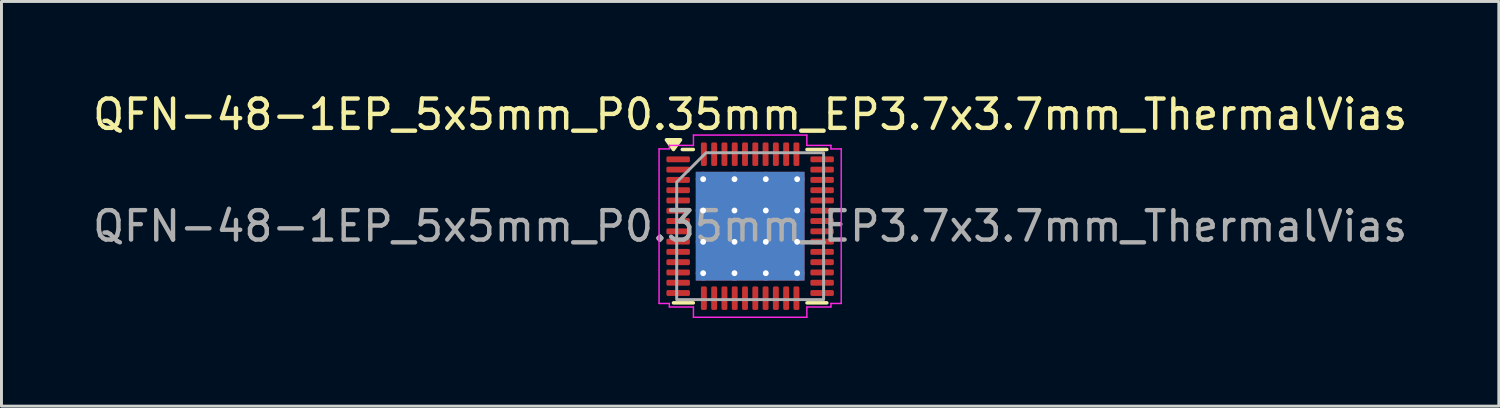
<source format=kicad_pcb>
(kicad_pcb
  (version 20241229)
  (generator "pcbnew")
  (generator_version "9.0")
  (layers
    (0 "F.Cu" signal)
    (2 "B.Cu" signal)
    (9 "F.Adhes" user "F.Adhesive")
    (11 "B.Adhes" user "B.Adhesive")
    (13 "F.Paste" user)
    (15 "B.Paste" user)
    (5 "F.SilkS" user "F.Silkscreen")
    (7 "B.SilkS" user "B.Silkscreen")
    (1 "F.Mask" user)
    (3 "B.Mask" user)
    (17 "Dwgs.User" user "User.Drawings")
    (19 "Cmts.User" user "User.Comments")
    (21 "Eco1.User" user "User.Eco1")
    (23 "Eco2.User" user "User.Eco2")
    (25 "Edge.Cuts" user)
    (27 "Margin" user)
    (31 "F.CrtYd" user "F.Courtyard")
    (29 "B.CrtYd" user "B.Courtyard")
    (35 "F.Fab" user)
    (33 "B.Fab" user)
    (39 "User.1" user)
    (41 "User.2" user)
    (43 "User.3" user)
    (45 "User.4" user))
  (footprint "QFN-48-1EP_5x5mm_P0.35mm_EP3.7x3.7mm_ThermalVias"
    (layer "F.Cu")
    (at 22.482 4.648)
    (property "Reference" "QFN-48-1EP_5x5mm_P0.35mm_EP3.7x3.7mm_ThermalVias" (at 0 -3.8 0) (layer "F.SilkS") (effects (font (size 1 1) (thickness 0.15))))
    (attr smd)
    (fp_line (start -1.935 -2.61) (end -2.31 -2.61) (stroke (width 0.12) (type solid)) (layer "F.SilkS"))
    (fp_line (start -1.935 2.61) (end -2.61 2.61) (stroke (width 0.12) (type solid)) (layer "F.SilkS"))
    (fp_line (start 1.935 -2.61) (end 2.61 -2.61) (stroke (width 0.12) (type solid)) (layer "F.SilkS"))
    (fp_line (start 1.935 2.61) (end 2.61 2.61) (stroke (width 0.12) (type solid)) (layer "F.SilkS"))
    (fp_poly (pts (xy -2.61 -2.61) (xy -2.85 -2.94) (xy -2.37 -2.94)) (stroke (width 0.12) (type solid)) (fill yes) (layer "F.SilkS"))
    (fp_line (start -3.1 -2.63) (end -2.75 -2.63) (stroke (width 0.05) (type solid)) (layer "F.CrtYd"))
    (fp_line (start -3.1 2.63) (end -3.1 -2.63) (stroke (width 0.05) (type solid)) (layer "F.CrtYd"))
    (fp_line (start -2.75 -2.75) (end -1.93 -2.75) (stroke (width 0.05) (type solid)) (layer "F.CrtYd"))
    (fp_line (start -2.75 -2.63) (end -2.75 -2.75) (stroke (width 0.05) (type solid)) (layer "F.CrtYd"))
    (fp_line (start -2.75 2.63) (end -3.1 2.63) (stroke (width 0.05) (type solid)) (layer "F.CrtYd"))
    (fp_line (start -2.75 2.75) (end -2.75 2.63) (stroke (width 0.05) (type solid)) (layer "F.CrtYd"))
    (fp_line (start -1.93 -3.1) (end 1.93 -3.1) (stroke (width 0.05) (type solid)) (layer "F.CrtYd"))
    (fp_line (start -1.93 -2.75) (end -1.93 -3.1) (stroke (width 0.05) (type solid)) (layer "F.CrtYd"))
    (fp_line (start -1.93 2.75) (end -2.75 2.75) (stroke (width 0.05) (type solid)) (layer "F.CrtYd"))
    (fp_line (start -1.93 3.1) (end -1.93 2.75) (stroke (width 0.05) (type solid)) (layer "F.CrtYd"))
    (fp_line (start 1.93 -3.1) (end 1.93 -2.75) (stroke (width 0.05) (type solid)) (layer "F.CrtYd"))
    (fp_line (start 1.93 -2.75) (end 2.75 -2.75) (stroke (width 0.05) (type solid)) (layer "F.CrtYd"))
    (fp_line (start 1.93 2.75) (end 1.93 3.1) (stroke (width 0.05) (type solid)) (layer "F.CrtYd"))
    (fp_line (start 1.93 3.1) (end -1.93 3.1) (stroke (width 0.05) (type solid)) (layer "F.CrtYd"))
    (fp_line (start 2.75 -2.75) (end 2.75 -2.63) (stroke (width 0.05) (type solid)) (layer "F.CrtYd"))
    (fp_line (start 2.75 -2.63) (end 3.1 -2.63) (stroke (width 0.05) (type solid)) (layer "F.CrtYd"))
    (fp_line (start 2.75 2.63) (end 2.75 2.75) (stroke (width 0.05) (type solid)) (layer "F.CrtYd"))
    (fp_line (start 2.75 2.75) (end 1.93 2.75) (stroke (width 0.05) (type solid)) (layer "F.CrtYd"))
    (fp_line (start 3.1 -2.63) (end 3.1 2.63) (stroke (width 0.05) (type solid)) (layer "F.CrtYd"))
    (fp_line (start 3.1 2.63) (end 2.75 2.63) (stroke (width 0.05) (type solid)) (layer "F.CrtYd"))
    (fp_poly (pts (xy -2.5 -1.5) (xy -2.5 2.5) (xy 2.5 2.5) (xy 2.5 -2.5) (xy -1.5 -2.5)) (stroke (width 0.1) (type solid)) (fill no) (layer "F.Fab"))
    (fp_text user "${REFERENCE}" (at 0 0 0) (layer "F.Fab") (effects (font (size 1 1) (thickness 0.15))))
    (pad "" smd roundrect (at -1.23 -1.23) (size 0.96 0.96) (layers "F.Paste") (roundrect_rratio 0.25))
    (pad "" smd roundrect (at -1.23 0) (size 0.96 0.96) (layers "F.Paste") (roundrect_rratio 0.25))
    (pad "" smd roundrect (at -1.23 1.23) (size 0.96 0.96) (layers "F.Paste") (roundrect_rratio 0.25))
    (pad "" smd roundrect (at 0 -1.23) (size 0.96 0.96) (layers "F.Paste") (roundrect_rratio 0.25))
    (pad "" smd roundrect (at 0 0) (size 0.96 0.96) (layers "F.Paste") (roundrect_rratio 0.25))
    (pad "" smd roundrect (at 0 1.23) (size 0.96 0.96) (layers "F.Paste") (roundrect_rratio 0.25))
    (pad "" smd roundrect (at 1.23 -1.23) (size 0.96 0.96) (layers "F.Paste") (roundrect_rratio 0.25))
    (pad "" smd roundrect (at 1.23 0) (size 0.96 0.96) (layers "F.Paste") (roundrect_rratio 0.25))
    (pad "" smd roundrect (at 1.23 1.23) (size 0.96 0.96) (layers "F.Paste") (roundrect_rratio 0.25))
    (pad "1" smd roundrect (at -2.45 -2.275) (size 0.8 0.2) (layers "F.Cu" "F.Mask" "F.Paste") (roundrect_rratio 0.25))
    (pad "2" smd roundrect (at -2.45 -1.925) (size 0.8 0.2) (layers "F.Cu" "F.Mask" "F.Paste") (roundrect_rratio 0.25))
    (pad "3" smd roundrect (at -2.45 -1.575) (size 0.8 0.2) (layers "F.Cu" "F.Mask" "F.Paste") (roundrect_rratio 0.25))
    (pad "4" smd roundrect (at -2.45 -1.225) (size 0.8 0.2) (layers "F.Cu" "F.Mask" "F.Paste") (roundrect_rratio 0.25))
    (pad "5" smd roundrect (at -2.45 -0.875) (size 0.8 0.2) (layers "F.Cu" "F.Mask" "F.Paste") (roundrect_rratio 0.25))
    (pad "6" smd roundrect (at -2.45 -0.525) (size 0.8 0.2) (layers "F.Cu" "F.Mask" "F.Paste") (roundrect_rratio 0.25))
    (pad "7" smd roundrect (at -2.45 -0.175) (size 0.8 0.2) (layers "F.Cu" "F.Mask" "F.Paste") (roundrect_rratio 0.25))
    (pad "8" smd roundrect (at -2.45 0.175) (size 0.8 0.2) (layers "F.Cu" "F.Mask" "F.Paste") (roundrect_rratio 0.25))
    (pad "9" smd roundrect (at -2.45 0.525) (size 0.8 0.2) (layers "F.Cu" "F.Mask" "F.Paste") (roundrect_rratio 0.25))
    (pad "10" smd roundrect (at -2.45 0.875) (size 0.8 0.2) (layers "F.Cu" "F.Mask" "F.Paste") (roundrect_rratio 0.25))
    (pad "11" smd roundrect (at -2.45 1.225) (size 0.8 0.2) (layers "F.Cu" "F.Mask" "F.Paste") (roundrect_rratio 0.25))
    (pad "12" smd roundrect (at -2.45 1.575) (size 0.8 0.2) (layers "F.Cu" "F.Mask" "F.Paste") (roundrect_rratio 0.25))
    (pad "13" smd roundrect (at -2.45 1.925) (size 0.8 0.2) (layers "F.Cu" "F.Mask" "F.Paste") (roundrect_rratio 0.25))
    (pad "14" smd roundrect (at -2.45 2.275) (size 0.8 0.2) (layers "F.Cu" "F.Mask" "F.Paste") (roundrect_rratio 0.25))
    (pad "15" smd roundrect (at -1.575 2.45) (size 0.2 0.8) (layers "F.Cu" "F.Mask" "F.Paste") (roundrect_rratio 0.25))
    (pad "16" smd roundrect (at -1.225 2.45) (size 0.2 0.8) (layers "F.Cu" "F.Mask" "F.Paste") (roundrect_rratio 0.25))
    (pad "17" smd roundrect (at -0.875 2.45) (size 0.2 0.8) (layers "F.Cu" "F.Mask" "F.Paste") (roundrect_rratio 0.25))
    (pad "18" smd roundrect (at -0.525 2.45) (size 0.2 0.8) (layers "F.Cu" "F.Mask" "F.Paste") (roundrect_rratio 0.25))
    (pad "19" smd roundrect (at -0.175 2.45) (size 0.2 0.8) (layers "F.Cu" "F.Mask" "F.Paste") (roundrect_rratio 0.25))
    (pad "20" smd roundrect (at 0.175 2.45) (size 0.2 0.8) (layers "F.Cu" "F.Mask" "F.Paste") (roundrect_rratio 0.25))
    (pad "21" smd roundrect (at 0.525 2.45) (size 0.2 0.8) (layers "F.Cu" "F.Mask" "F.Paste") (roundrect_rratio 0.25))
    (pad "22" smd roundrect (at 0.875 2.45) (size 0.2 0.8) (layers "F.Cu" "F.Mask" "F.Paste") (roundrect_rratio 0.25))
    (pad "23" smd roundrect (at 1.225 2.45) (size 0.2 0.8) (layers "F.Cu" "F.Mask" "F.Paste") (roundrect_rratio 0.25))
    (pad "24" smd roundrect (at 1.575 2.45) (size 0.2 0.8) (layers "F.Cu" "F.Mask" "F.Paste") (roundrect_rratio 0.25))
    (pad "25" smd roundrect (at 2.45 2.275) (size 0.8 0.2) (layers "F.Cu" "F.Mask" "F.Paste") (roundrect_rratio 0.25))
    (pad "26" smd roundrect (at 2.45 1.925) (size 0.8 0.2) (layers "F.Cu" "F.Mask" "F.Paste") (roundrect_rratio 0.25))
    (pad "27" smd roundrect (at 2.45 1.575) (size 0.8 0.2) (layers "F.Cu" "F.Mask" "F.Paste") (roundrect_rratio 0.25))
    (pad "28" smd roundrect (at 2.45 1.225) (size 0.8 0.2) (layers "F.Cu" "F.Mask" "F.Paste") (roundrect_rratio 0.25))
    (pad "29" smd roundrect (at 2.45 0.875) (size 0.8 0.2) (layers "F.Cu" "F.Mask" "F.Paste") (roundrect_rratio 0.25))
    (pad "30" smd roundrect (at 2.45 0.525) (size 0.8 0.2) (layers "F.Cu" "F.Mask" "F.Paste") (roundrect_rratio 0.25))
    (pad "31" smd roundrect (at 2.45 0.175) (size 0.8 0.2) (layers "F.Cu" "F.Mask" "F.Paste") (roundrect_rratio 0.25))
    (pad "32" smd roundrect (at 2.45 -0.175) (size 0.8 0.2) (layers "F.Cu" "F.Mask" "F.Paste") (roundrect_rratio 0.25))
    (pad "33" smd roundrect (at 2.45 -0.525) (size 0.8 0.2) (layers "F.Cu" "F.Mask" "F.Paste") (roundrect_rratio 0.25))
    (pad "34" smd roundrect (at 2.45 -0.875) (size 0.8 0.2) (layers "F.Cu" "F.Mask" "F.Paste") (roundrect_rratio 0.25))
    (pad "35" smd roundrect (at 2.45 -1.225) (size 0.8 0.2) (layers "F.Cu" "F.Mask" "F.Paste") (roundrect_rratio 0.25))
    (pad "36" smd roundrect (at 2.45 -1.575) (size 0.8 0.2) (layers "F.Cu" "F.Mask" "F.Paste") (roundrect_rratio 0.25))
    (pad "37" smd roundrect (at 2.45 -1.925) (size 0.8 0.2) (layers "F.Cu" "F.Mask" "F.Paste") (roundrect_rratio 0.25))
    (pad "38" smd roundrect (at 2.45 -2.275) (size 0.8 0.2) (layers "F.Cu" "F.Mask" "F.Paste") (roundrect_rratio 0.25))
    (pad "39" smd roundrect (at 1.575 -2.45) (size 0.2 0.8) (layers "F.Cu" "F.Mask" "F.Paste") (roundrect_rratio 0.25))
    (pad "40" smd roundrect (at 1.225 -2.45) (size 0.2 0.8) (layers "F.Cu" "F.Mask" "F.Paste") (roundrect_rratio 0.25))
    (pad "41" smd roundrect (at 0.875 -2.45) (size 0.2 0.8) (layers "F.Cu" "F.Mask" "F.Paste") (roundrect_rratio 0.25))
    (pad "42" smd roundrect (at 0.525 -2.45) (size 0.2 0.8) (layers "F.Cu" "F.Mask" "F.Paste") (roundrect_rratio 0.25))
    (pad "43" smd roundrect (at 0.175 -2.45) (size 0.2 0.8) (layers "F.Cu" "F.Mask" "F.Paste") (roundrect_rratio 0.25))
    (pad "44" smd roundrect (at -0.175 -2.45) (size 0.2 0.8) (layers "F.Cu" "F.Mask" "F.Paste") (roundrect_rratio 0.25))
    (pad "45" smd roundrect (at -0.525 -2.45) (size 0.2 0.8) (layers "F.Cu" "F.Mask" "F.Paste") (roundrect_rratio 0.25))
    (pad "46" smd roundrect (at -0.875 -2.45) (size 0.2 0.8) (layers "F.Cu" "F.Mask" "F.Paste") (roundrect_rratio 0.25))
    (pad "47" smd roundrect (at -1.225 -2.45) (size 0.2 0.8) (layers "F.Cu" "F.Mask" "F.Paste") (roundrect_rratio 0.25))
    (pad "48" smd roundrect (at -1.575 -2.45) (size 0.2 0.8) (layers "F.Cu" "F.Mask" "F.Paste") (roundrect_rratio 0.25))
    (pad "49" thru_hole circle (at -1.6 -1.6) (size 0.5 0.5) (drill 0.2) (property pad_prop_heatsink) (layers "*.Cu"))
    (pad "49" thru_hole circle (at -1.6 -0.533) (size 0.5 0.5) (drill 0.2) (property pad_prop_heatsink) (layers "*.Cu"))
    (pad "49" thru_hole circle (at -1.6 0.533) (size 0.5 0.5) (drill 0.2) (property pad_prop_heatsink) (layers "*.Cu"))
    (pad "49" thru_hole circle (at -1.6 1.6) (size 0.5 0.5) (drill 0.2) (property pad_prop_heatsink) (layers "*.Cu"))
    (pad "49" thru_hole circle (at -0.533 -1.6) (size 0.5 0.5) (drill 0.2) (property pad_prop_heatsink) (layers "*.Cu"))
    (pad "49" thru_hole circle (at -0.533 -0.533) (size 0.5 0.5) (drill 0.2) (property pad_prop_heatsink) (layers "*.Cu"))
    (pad "49" thru_hole circle (at -0.533 0.533) (size 0.5 0.5) (drill 0.2) (property pad_prop_heatsink) (layers "*.Cu"))
    (pad "49" thru_hole circle (at -0.533 1.6) (size 0.5 0.5) (drill 0.2) (property pad_prop_heatsink) (layers "*.Cu"))
    (pad "49" smd rect (at 0 0) (size 3.7 3.7) (property pad_prop_heatsink) (layers "F.Cu" "F.Mask"))
    (pad "49" smd rect (at 0 0) (size 3.7 3.7) (property pad_prop_heatsink) (layers "B.Cu"))
    (pad "49" thru_hole circle (at 0.533 -1.6) (size 0.5 0.5) (drill 0.2) (property pad_prop_heatsink) (layers "*.Cu"))
    (pad "49" thru_hole circle (at 0.533 -0.533) (size 0.5 0.5) (drill 0.2) (property pad_prop_heatsink) (layers "*.Cu"))
    (pad "49" thru_hole circle (at 0.533 0.533) (size 0.5 0.5) (drill 0.2) (property pad_prop_heatsink) (layers "*.Cu"))
    (pad "49" thru_hole circle (at 0.533 1.6) (size 0.5 0.5) (drill 0.2) (property pad_prop_heatsink) (layers "*.Cu"))
    (pad "49" thru_hole circle (at 1.6 -1.6) (size 0.5 0.5) (drill 0.2) (property pad_prop_heatsink) (layers "*.Cu"))
    (pad "49" thru_hole circle (at 1.6 -0.533) (size 0.5 0.5) (drill 0.2) (property pad_prop_heatsink) (layers "*.Cu"))
    (pad "49" thru_hole circle (at 1.6 0.533) (size 0.5 0.5) (drill 0.2) (property pad_prop_heatsink) (layers "*.Cu"))
    (pad "49" thru_hole circle (at 1.6 1.6) (size 0.5 0.5) (drill 0.2) (property pad_prop_heatsink) (layers "*.Cu")))
  (gr_rect
    (start -3 -3)
    (end 47.964 10.773)
    (stroke (width 0.1) (type default))
    (fill no)
    (layer "Edge.Cuts")))
</source>
